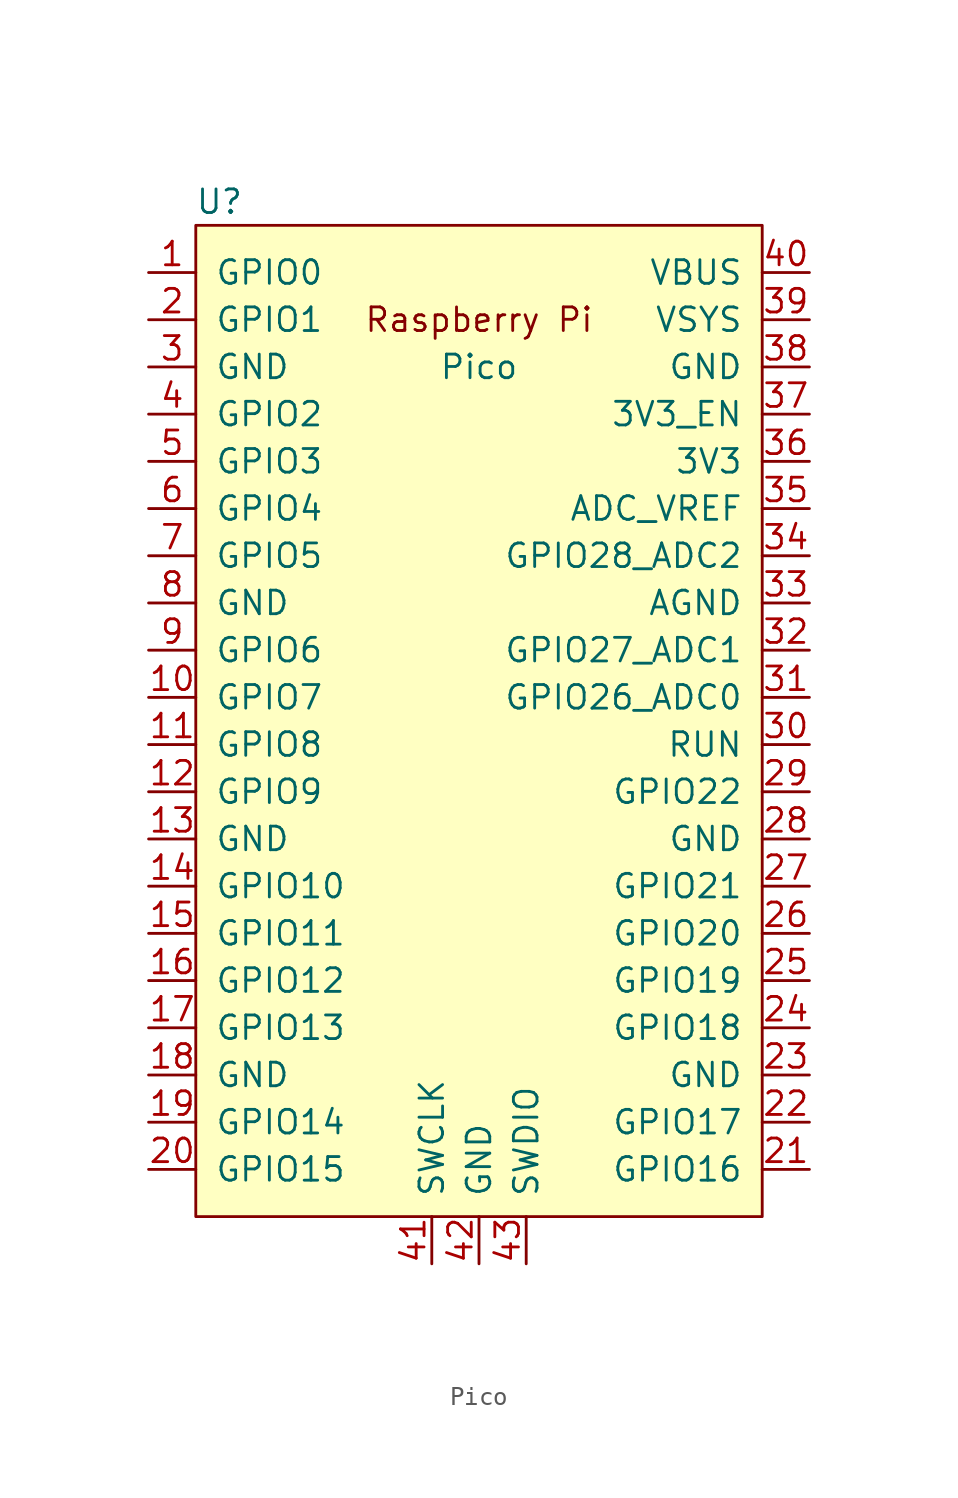
<source format=kicad_sym>
(kicad_symbol_lib
  (version 20241209)
  (generator "kicad_symbol_editor")
  (generator_version "9.0")
  (symbol "Pico"
    (pin_names
      (offset 1.016))
    (property "Reference" "U"
      (at -13.97 27.94 0)
      (effects (font (size 1.27 1.27))))
    (property "Value" "Pico"
      (at 0 19.05 0)
      (effects (font (size 1.27 1.27))))
    (symbol "Pico_0_0"
      (text "Raspberry Pi" (at 0 21.59 0) (effects (font (size 1.27 1.27)))))
    (symbol "Pico_0_1"
      (rectangle (start -15.24 26.67) (end 15.24 -26.67) (stroke (width 0) (type solid)) (fill (type background))))
    (symbol "Pico_1_1"
      (pin bidirectional line (at -17.78 24.13 0) (length 2.54) (name "GPIO0" (effects (font (size 1.27 1.27)))) (number "1" (effects (font (size 1.27 1.27)))))
      (pin bidirectional line (at -17.78 21.59 0) (length 2.54) (name "GPIO1" (effects (font (size 1.27 1.27)))) (number "2" (effects (font (size 1.27 1.27)))))
      (pin power_in line (at -17.78 19.05 0) (length 2.54) (name "GND" (effects (font (size 1.27 1.27)))) (number "3" (effects (font (size 1.27 1.27)))))
      (pin bidirectional line (at -17.78 16.51 0) (length 2.54) (name "GPIO2" (effects (font (size 1.27 1.27)))) (number "4" (effects (font (size 1.27 1.27)))))
      (pin bidirectional line (at -17.78 13.97 0) (length 2.54) (name "GPIO3" (effects (font (size 1.27 1.27)))) (number "5" (effects (font (size 1.27 1.27)))))
      (pin bidirectional line (at -17.78 11.43 0) (length 2.54) (name "GPIO4" (effects (font (size 1.27 1.27)))) (number "6" (effects (font (size 1.27 1.27)))))
      (pin bidirectional line (at -17.78 8.89 0) (length 2.54) (name "GPIO5" (effects (font (size 1.27 1.27)))) (number "7" (effects (font (size 1.27 1.27)))))
      (pin power_in line (at -17.78 6.35 0) (length 2.54) (name "GND" (effects (font (size 1.27 1.27)))) (number "8" (effects (font (size 1.27 1.27)))))
      (pin bidirectional line (at -17.78 3.81 0) (length 2.54) (name "GPIO6" (effects (font (size 1.27 1.27)))) (number "9" (effects (font (size 1.27 1.27)))))
      (pin bidirectional line (at -17.78 1.27 0) (length 2.54) (name "GPIO7" (effects (font (size 1.27 1.27)))) (number "10" (effects (font (size 1.27 1.27)))))
      (pin bidirectional line (at -17.78 -1.27 0) (length 2.54) (name "GPIO8" (effects (font (size 1.27 1.27)))) (number "11" (effects (font (size 1.27 1.27)))))
      (pin bidirectional line (at -17.78 -3.81 0) (length 2.54) (name "GPIO9" (effects (font (size 1.27 1.27)))) (number "12" (effects (font (size 1.27 1.27)))))
      (pin power_in line (at -17.78 -6.35 0) (length 2.54) (name "GND" (effects (font (size 1.27 1.27)))) (number "13" (effects (font (size 1.27 1.27)))))
      (pin bidirectional line (at -17.78 -8.89 0) (length 2.54) (name "GPIO10" (effects (font (size 1.27 1.27)))) (number "14" (effects (font (size 1.27 1.27)))))
      (pin bidirectional line (at -17.78 -11.43 0) (length 2.54) (name "GPIO11" (effects (font (size 1.27 1.27)))) (number "15" (effects (font (size 1.27 1.27)))))
      (pin bidirectional line (at -17.78 -13.97 0) (length 2.54) (name "GPIO12" (effects (font (size 1.27 1.27)))) (number "16" (effects (font (size 1.27 1.27)))))
      (pin bidirectional line (at -17.78 -16.51 0) (length 2.54) (name "GPIO13" (effects (font (size 1.27 1.27)))) (number "17" (effects (font (size 1.27 1.27)))))
      (pin power_in line (at -17.78 -19.05 0) (length 2.54) (name "GND" (effects (font (size 1.27 1.27)))) (number "18" (effects (font (size 1.27 1.27)))))
      (pin bidirectional line (at -17.78 -21.59 0) (length 2.54) (name "GPIO14" (effects (font (size 1.27 1.27)))) (number "19" (effects (font (size 1.27 1.27)))))
      (pin bidirectional line (at -17.78 -24.13 0) (length 2.54) (name "GPIO15" (effects (font (size 1.27 1.27)))) (number "20" (effects (font (size 1.27 1.27)))))
      (pin input line (at -2.54 -29.21 90) (length 2.54) (name "SWCLK" (effects (font (size 1.27 1.27)))) (number "41" (effects (font (size 1.27 1.27)))))
      (pin power_in line (at 0 -29.21 90) (length 2.54) (name "GND" (effects (font (size 1.27 1.27)))) (number "42" (effects (font (size 1.27 1.27)))))
      (pin bidirectional line (at 2.54 -29.21 90) (length 2.54) (name "SWDIO" (effects (font (size 1.27 1.27)))) (number "43" (effects (font (size 1.27 1.27)))))
      (pin unspecified line (at 17.78 24.13 180) (length 2.54) (name "VBUS" (effects (font (size 1.27 1.27)))) (number "40" (effects (font (size 1.27 1.27)))))
      (pin unspecified line (at 17.78 21.59 180) (length 2.54) (name "VSYS" (effects (font (size 1.27 1.27)))) (number "39" (effects (font (size 1.27 1.27)))))
      (pin bidirectional line (at 17.78 19.05 180) (length 2.54) (name "GND" (effects (font (size 1.27 1.27)))) (number "38" (effects (font (size 1.27 1.27)))))
      (pin input line (at 17.78 16.51 180) (length 2.54) (name "3V3_EN" (effects (font (size 1.27 1.27)))) (number "37" (effects (font (size 1.27 1.27)))))
      (pin unspecified line (at 17.78 13.97 180) (length 2.54) (name "3V3" (effects (font (size 1.27 1.27)))) (number "36" (effects (font (size 1.27 1.27)))))
      (pin unspecified line (at 17.78 11.43 180) (length 2.54) (name "ADC_VREF" (effects (font (size 1.27 1.27)))) (number "35" (effects (font (size 1.27 1.27)))))
      (pin bidirectional line (at 17.78 8.89 180) (length 2.54) (name "GPIO28_ADC2" (effects (font (size 1.27 1.27)))) (number "34" (effects (font (size 1.27 1.27)))))
      (pin power_in line (at 17.78 6.35 180) (length 2.54) (name "AGND" (effects (font (size 1.27 1.27)))) (number "33" (effects (font (size 1.27 1.27)))))
      (pin bidirectional line (at 17.78 3.81 180) (length 2.54) (name "GPIO27_ADC1" (effects (font (size 1.27 1.27)))) (number "32" (effects (font (size 1.27 1.27)))))
      (pin bidirectional line (at 17.78 1.27 180) (length 2.54) (name "GPIO26_ADC0" (effects (font (size 1.27 1.27)))) (number "31" (effects (font (size 1.27 1.27)))))
      (pin input line (at 17.78 -1.27 180) (length 2.54) (name "RUN" (effects (font (size 1.27 1.27)))) (number "30" (effects (font (size 1.27 1.27)))))
      (pin bidirectional line (at 17.78 -3.81 180) (length 2.54) (name "GPIO22" (effects (font (size 1.27 1.27)))) (number "29" (effects (font (size 1.27 1.27)))))
      (pin power_in line (at 17.78 -6.35 180) (length 2.54) (name "GND" (effects (font (size 1.27 1.27)))) (number "28" (effects (font (size 1.27 1.27)))))
      (pin bidirectional line (at 17.78 -8.89 180) (length 2.54) (name "GPIO21" (effects (font (size 1.27 1.27)))) (number "27" (effects (font (size 1.27 1.27)))))
      (pin bidirectional line (at 17.78 -11.43 180) (length 2.54) (name "GPIO20" (effects (font (size 1.27 1.27)))) (number "26" (effects (font (size 1.27 1.27)))))
      (pin bidirectional line (at 17.78 -13.97 180) (length 2.54) (name "GPIO19" (effects (font (size 1.27 1.27)))) (number "25" (effects (font (size 1.27 1.27)))))
      (pin bidirectional line (at 17.78 -16.51 180) (length 2.54) (name "GPIO18" (effects (font (size 1.27 1.27)))) (number "24" (effects (font (size 1.27 1.27)))))
      (pin power_in line (at 17.78 -19.05 180) (length 2.54) (name "GND" (effects (font (size 1.27 1.27)))) (number "23" (effects (font (size 1.27 1.27)))))
      (pin bidirectional line (at 17.78 -21.59 180) (length 2.54) (name "GPIO17" (effects (font (size 1.27 1.27)))) (number "22" (effects (font (size 1.27 1.27)))))
      (pin bidirectional line (at 17.78 -24.13 180) (length 2.54) (name "GPIO16" (effects (font (size 1.27 1.27)))) (number "21" (effects (font (size 1.27 1.27))))))))
</source>
